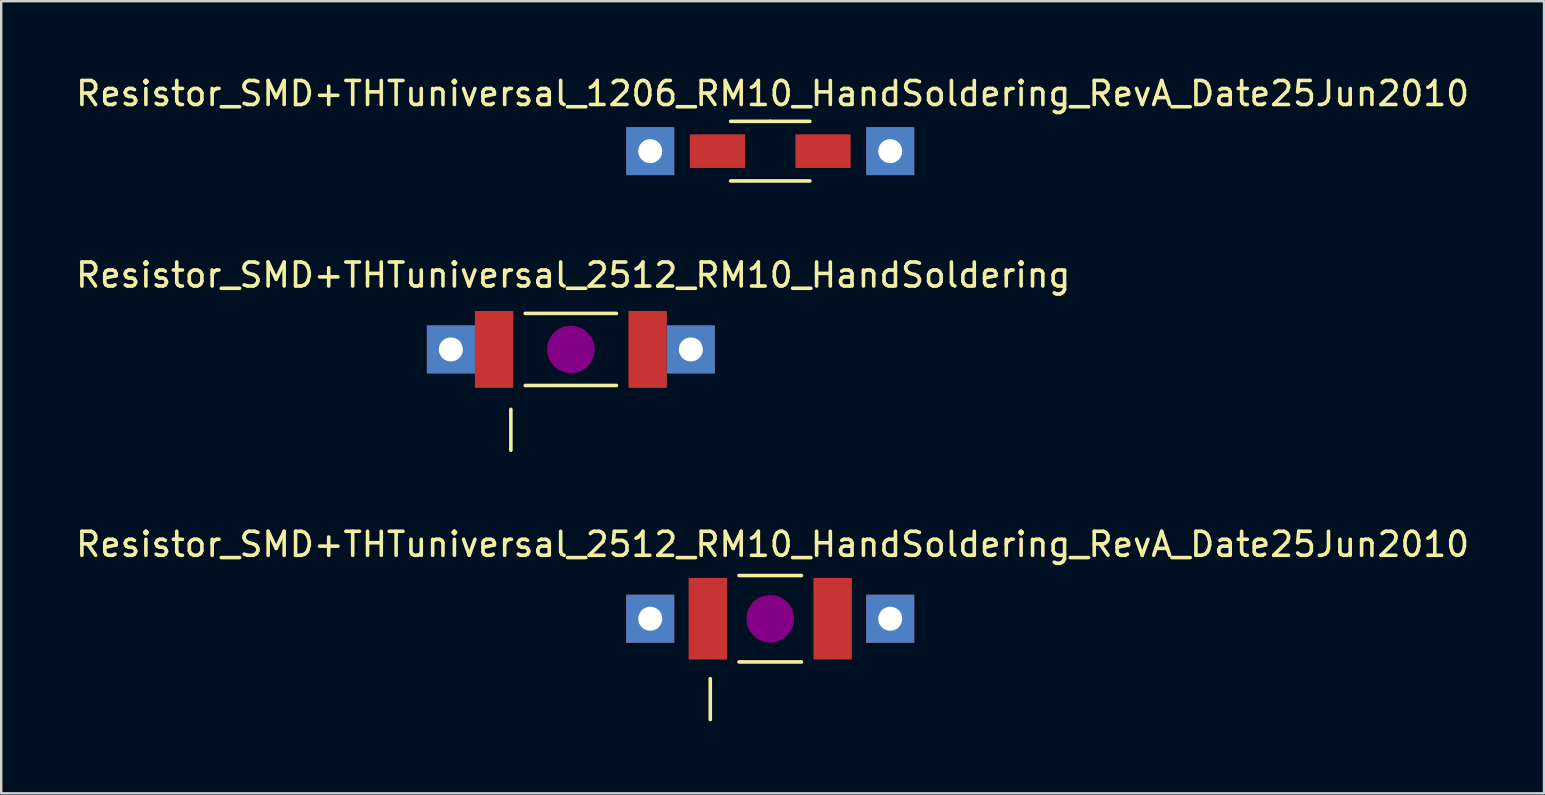
<source format=kicad_pcb>
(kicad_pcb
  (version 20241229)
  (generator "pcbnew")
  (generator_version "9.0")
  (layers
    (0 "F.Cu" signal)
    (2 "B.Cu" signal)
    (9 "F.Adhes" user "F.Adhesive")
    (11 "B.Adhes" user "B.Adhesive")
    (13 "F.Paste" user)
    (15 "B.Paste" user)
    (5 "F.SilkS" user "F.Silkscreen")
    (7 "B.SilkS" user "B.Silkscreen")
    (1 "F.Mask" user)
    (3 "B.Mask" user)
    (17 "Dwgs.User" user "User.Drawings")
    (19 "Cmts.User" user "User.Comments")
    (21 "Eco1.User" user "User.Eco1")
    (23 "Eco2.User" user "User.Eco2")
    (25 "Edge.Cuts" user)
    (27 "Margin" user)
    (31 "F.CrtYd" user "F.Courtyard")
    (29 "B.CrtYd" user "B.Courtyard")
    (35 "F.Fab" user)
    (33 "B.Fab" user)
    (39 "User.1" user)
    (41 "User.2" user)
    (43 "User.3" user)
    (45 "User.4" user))
  (footprint "Resistor_SMD+THTuniversal_2512_RM10_HandSoldering"
    (layer "F.Cu")
    (at 20.74 11.513)
    (property "Reference" "Resistor_SMD+THTuniversal_2512_RM10_HandSoldering" (at 0.099 -3.099 0) (layer "F.SilkS") (effects (font (size 1 1) (thickness 0.15))))
    (attr through_hole)
    (fp_line (start -2.499 2.499) (end -2.499 4.201) (stroke (width 0.15) (type solid)) (layer "F.SilkS"))
    (fp_line (start 1.9 -1.501) (end -1.9 -1.501) (stroke (width 0.15) (type solid)) (layer "F.SilkS"))
    (fp_line (start 1.9 1.501) (end -1.9 1.501) (stroke (width 0.15) (type solid)) (layer "F.SilkS"))
    (fp_circle (center 0 0) (end 0.201 0) (stroke (width 0.381) (type solid)) (fill no) (layer "F.Adhes"))
    (fp_circle (center 0 0) (end 0.5 0) (stroke (width 0.381) (type solid)) (fill no) (layer "F.Adhes"))
    (fp_circle (center 0 0) (end 0.8 0) (stroke (width 0.381) (type solid)) (fill no) (layer "F.Adhes"))
    (pad "1" thru_hole rect (at -5.001 0 180) (size 1.999 1.999) (drill 1.001) (layers "*.Cu" "*.Mask"))
    (pad "1" smd rect (at -3.2 0) (size 1.6 3.2) (layers "F.Cu" "F.Mask" "F.Paste"))
    (pad "2" smd rect (at 3.2 0) (size 1.6 3.2) (layers "F.Cu" "F.Mask" "F.Paste"))
    (pad "2" thru_hole rect (at 5.001 0 180) (size 1.999 1.999) (drill 1.001) (layers "*.Cu" "*.Mask")))
  (footprint "Resistor_SMD+THTuniversal_2512_RM10_HandSoldering_RevA_Date25Jun2010"
    (layer "F.Cu")
    (at 29.05 22.736)
    (property "Reference" "Resistor_SMD+THTuniversal_2512_RM10_HandSoldering_RevA_Date25Jun2010" (at 0.099 -3.099 0) (layer "F.SilkS") (effects (font (size 1 1) (thickness 0.15))))
    (attr through_hole)
    (fp_line (start -2.499 2.499) (end -2.499 4.201) (stroke (width 0.15) (type solid)) (layer "F.SilkS"))
    (fp_line (start -1.3 1.801) (end 1.3 1.801) (stroke (width 0.15) (type solid)) (layer "F.SilkS"))
    (fp_line (start 1.3 -1.801) (end -1.3 -1.801) (stroke (width 0.15) (type solid)) (layer "F.SilkS"))
    (fp_circle (center 0 0) (end 0.201 0) (stroke (width 0.381) (type solid)) (fill no) (layer "F.Adhes"))
    (fp_circle (center 0 0) (end 0.5 0) (stroke (width 0.381) (type solid)) (fill no) (layer "F.Adhes"))
    (fp_circle (center 0 0) (end 0.8 0) (stroke (width 0.381) (type solid)) (fill no) (layer "F.Adhes"))
    (pad "1" thru_hole rect (at -5.001 0 180) (size 1.999 1.999) (drill 1.001) (layers "*.Cu" "*.Mask"))
    (pad "1" smd rect (at -2.601 0) (size 1.6 3.401) (layers "F.Cu" "F.Mask" "F.Paste"))
    (pad "2" smd rect (at 2.601 0) (size 1.6 3.401) (layers "F.Cu" "F.Mask" "F.Paste"))
    (pad "2" thru_hole rect (at 5.001 0 180) (size 1.999 1.999) (drill 1.001) (layers "*.Cu" "*.Mask")))
  (footprint "Resistor_SMD+THTuniversal_1206_RM10_HandSoldering_RevA_Date25Jun2010"
    (layer "F.Cu")
    (at 29.05 3.249)
    (property "Reference" "Resistor_SMD+THTuniversal_1206_RM10_HandSoldering_RevA_Date25Jun2010" (at 0.099 -2.4 0) (layer "F.SilkS") (effects (font (size 1 1) (thickness 0.15))))
    (attr through_hole)
    (fp_line (start 0 -1.242) (end -1.651 -1.242) (stroke (width 0.15) (type solid)) (layer "F.SilkS"))
    (fp_line (start 0 -1.242) (end 1.651 -1.242) (stroke (width 0.15) (type solid)) (layer "F.SilkS"))
    (fp_line (start 1.651 1.242) (end -1.651 1.242) (stroke (width 0.15) (type solid)) (layer "F.SilkS"))
    (pad "1" thru_hole rect (at -5.001 0) (size 1.999 1.999) (drill 1.001) (layers "*.Cu" "*.Mask"))
    (pad "1" smd rect (at -2.2 0) (size 2.301 1.4) (layers "F.Cu" "F.Mask" "F.Paste"))
    (pad "2" smd rect (at 2.2 0) (size 2.301 1.4) (layers "F.Cu" "F.Mask" "F.Paste"))
    (pad "2" thru_hole rect (at 5.001 0) (size 1.999 1.999) (drill 1.001) (layers "*.Cu" "*.Mask")))
  (gr_rect
    (start -3 -3)
    (end 61.298 30.012)
    (stroke (width 0.1) (type default))
    (fill no)
    (layer "Edge.Cuts")))
</source>
